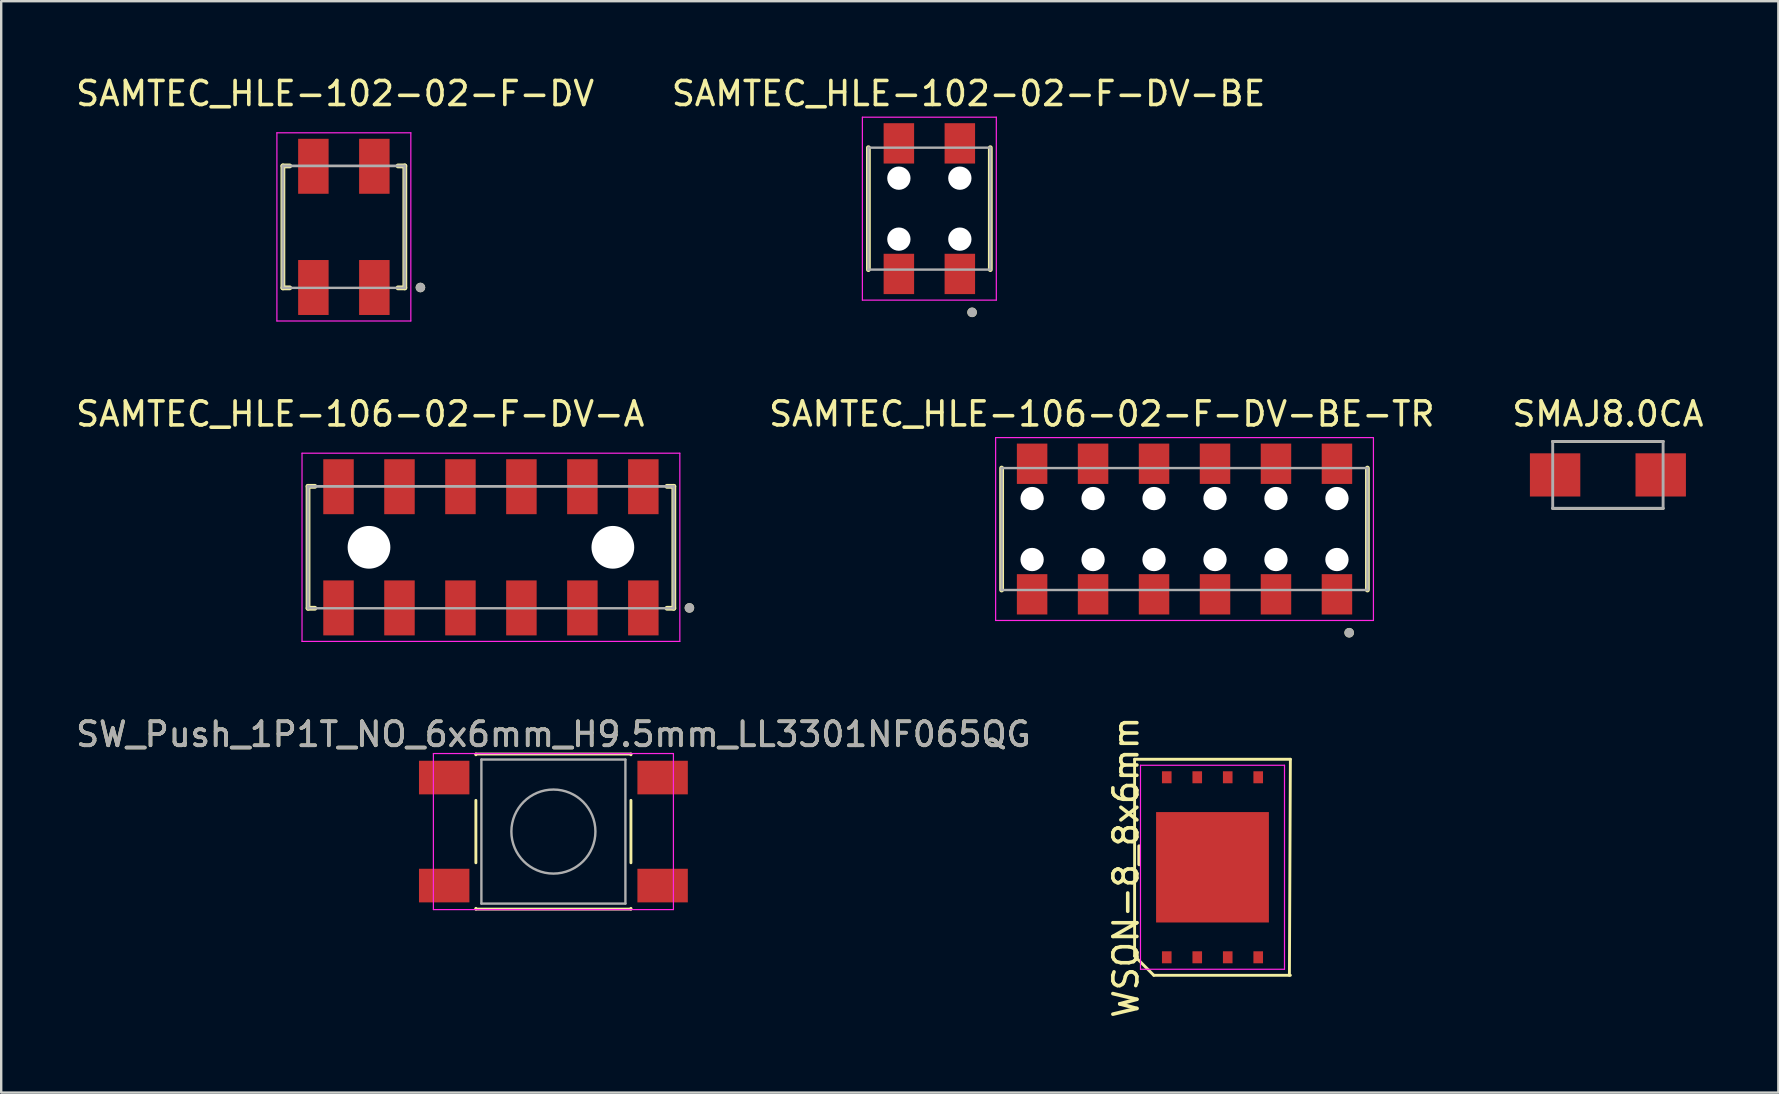
<source format=kicad_pcb>
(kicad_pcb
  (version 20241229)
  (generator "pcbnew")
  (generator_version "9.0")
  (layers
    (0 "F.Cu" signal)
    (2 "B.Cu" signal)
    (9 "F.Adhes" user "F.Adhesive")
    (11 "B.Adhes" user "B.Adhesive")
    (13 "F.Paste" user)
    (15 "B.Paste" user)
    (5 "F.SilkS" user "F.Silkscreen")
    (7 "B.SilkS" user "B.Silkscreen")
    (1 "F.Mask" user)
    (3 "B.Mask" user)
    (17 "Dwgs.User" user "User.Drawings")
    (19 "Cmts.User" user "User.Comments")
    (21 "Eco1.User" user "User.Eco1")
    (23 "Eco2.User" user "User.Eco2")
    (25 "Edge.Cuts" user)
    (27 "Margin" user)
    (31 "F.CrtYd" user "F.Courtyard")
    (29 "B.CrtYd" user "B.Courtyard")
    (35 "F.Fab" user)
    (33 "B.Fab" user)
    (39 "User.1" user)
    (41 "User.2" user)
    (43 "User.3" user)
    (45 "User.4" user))
  (footprint "SAMTEC_HLE-102-02-F-DV"
    (layer "F.Cu")
    (at 11.276 6.403)
    (property "Reference" "SAMTEC_HLE-102-02-F-DV" (at -0.365 -5.555 0) (layer "F.SilkS") (effects (font (size 1 1) (thickness 0.15))))
    (attr through_hole)
    (fp_line (start -2.54 -2.54) (end -2.255 -2.54) (stroke (width 0.2) (type solid)) (layer "F.SilkS"))
    (fp_line (start -2.54 2.54) (end -2.54 -2.54) (stroke (width 0.2) (type solid)) (layer "F.SilkS"))
    (fp_line (start -2.255 2.54) (end -2.54 2.54) (stroke (width 0.2) (type solid)) (layer "F.SilkS"))
    (fp_line (start 2.255 -2.54) (end 2.54 -2.54) (stroke (width 0.2) (type solid)) (layer "F.SilkS"))
    (fp_line (start 2.255 2.54) (end 2.54 2.54) (stroke (width 0.2) (type solid)) (layer "F.SilkS"))
    (fp_line (start 2.54 -2.54) (end 2.54 2.54) (stroke (width 0.2) (type solid)) (layer "F.SilkS"))
    (fp_circle (center 3.19 2.525) (end 3.29 2.525) (stroke (width 0.2) (type solid)) (fill no) (layer "F.SilkS"))
    (fp_line (start -2.79 -3.92) (end 2.79 -3.92) (stroke (width 0.05) (type solid)) (layer "F.CrtYd"))
    (fp_line (start -2.79 3.92) (end -2.79 -3.92) (stroke (width 0.05) (type solid)) (layer "F.CrtYd"))
    (fp_line (start 2.79 -3.92) (end 2.79 3.92) (stroke (width 0.05) (type solid)) (layer "F.CrtYd"))
    (fp_line (start 2.79 3.92) (end -2.79 3.92) (stroke (width 0.05) (type solid)) (layer "F.CrtYd"))
    (fp_line (start -2.54 -2.54) (end 2.54 -2.54) (stroke (width 0.1) (type solid)) (layer "F.Fab"))
    (fp_line (start -2.54 -2.54) (end 2.54 -2.54) (stroke (width 0.1) (type solid)) (layer "F.Fab"))
    (fp_line (start -2.54 2.54) (end -2.54 -2.54) (stroke (width 0.1) (type solid)) (layer "F.Fab"))
    (fp_line (start -2.54 2.54) (end -2.54 -2.54) (stroke (width 0.1) (type solid)) (layer "F.Fab"))
    (fp_line (start 2.54 -2.54) (end 2.54 2.54) (stroke (width 0.1) (type solid)) (layer "F.Fab"))
    (fp_line (start 2.54 -2.54) (end 2.54 2.54) (stroke (width 0.1) (type solid)) (layer "F.Fab"))
    (fp_line (start 2.54 2.54) (end -2.54 2.54) (stroke (width 0.1) (type solid)) (layer "F.Fab"))
    (fp_circle (center 3.19 2.525) (end 3.29 2.525) (stroke (width 0.2) (type solid)) (fill no) (layer "F.Fab"))
    (pad "01" smd rect (at 1.27 2.525) (size 1.27 2.29) (layers "F.Cu" "F.Mask" "F.Paste"))
    (pad "02" smd rect (at 1.27 -2.525) (size 1.27 2.29) (layers "F.Cu" "F.Mask" "F.Paste"))
    (pad "03" smd rect (at -1.27 2.525) (size 1.27 2.29) (layers "F.Cu" "F.Mask" "F.Paste"))
    (pad "04" smd rect (at -1.27 -2.525) (size 1.27 2.29) (layers "F.Cu" "F.Mask" "F.Paste")))
  (footprint "WSON-8_8x6mm"
    (layer "F.Cu")
    (at 47.465 33.083)
    (property "Reference" "WSON-8_8x6mm" (at -3.605 0 90) (layer "F.SilkS") (effects (font (size 1 1) (thickness 0.15))))
    (attr smd)
    (fp_poly (pts (xy 2.35 2.3) (xy -2.35 2.3) (xy -2.35 -2.3) (xy 2.35 -2.3)) (stroke (width 0) (type solid)) (fill yes) (layer "F.Cu"))
    (fp_poly (pts (xy 2.35 2.3) (xy -2.35 2.3) (xy -2.35 -2.3) (xy 2.35 -2.3)) (stroke (width 0) (type solid)) (fill yes) (layer "F.Mask"))
    (fp_line (start -3.245 -4.5) (end 3.245 -4.5) (stroke (width 0.12) (type solid)) (layer "F.SilkS"))
    (fp_line (start -3.245 3.7) (end -3.245 -4.5) (stroke (width 0.12) (type solid)) (layer "F.SilkS"))
    (fp_line (start -2.445 4.5) (end -3.245 3.7) (stroke (width 0.12) (type solid)) (layer "F.SilkS"))
    (fp_line (start 3.245 -4.5) (end 3.205 4.5) (stroke (width 0.12) (type solid)) (layer "F.SilkS"))
    (fp_line (start 3.245 4.5) (end -2.445 4.5) (stroke (width 0.12) (type solid)) (layer "F.SilkS"))
    (fp_poly (pts (xy 2.35 2.3) (xy -2.35 2.3) (xy -2.35 -2.3) (xy 2.35 -2.3)) (stroke (width 0) (type solid)) (fill yes) (layer "F.Paste"))
    (fp_line (start -3 -4.25) (end 3 -4.25) (stroke (width 0.05) (type solid)) (layer "F.CrtYd"))
    (fp_line (start -3 4.25) (end -3 -4.25) (stroke (width 0.05) (type solid)) (layer "F.CrtYd"))
    (fp_line (start 3 -4.25) (end 3 4.25) (stroke (width 0.05) (type solid)) (layer "F.CrtYd"))
    (fp_line (start 3 4.25) (end -3 4.25) (stroke (width 0.05) (type solid)) (layer "F.CrtYd"))
    (pad "1" smd rect (at -1.905 3.75) (size 0.4 0.5) (layers "F.Cu" "F.Mask" "F.Paste"))
    (pad "2" smd rect (at -0.635 3.75) (size 0.4 0.5) (layers "F.Cu" "F.Mask" "F.Paste"))
    (pad "3" smd rect (at 0.635 3.75) (size 0.4 0.5) (layers "F.Cu" "F.Mask" "F.Paste"))
    (pad "4" smd rect (at 1.905 3.75) (size 0.4 0.5) (layers "F.Cu" "F.Mask" "F.Paste"))
    (pad "5" smd rect (at 1.905 -3.75) (size 0.4 0.5) (layers "F.Cu" "F.Mask" "F.Paste"))
    (pad "6" smd rect (at 0.635 -3.75) (size 0.4 0.5) (layers "F.Cu" "F.Mask" "F.Paste"))
    (pad "7" smd rect (at -0.635 -3.75) (size 0.4 0.5) (layers "F.Cu" "F.Mask" "F.Paste"))
    (pad "8" smd rect (at -1.905 -3.75) (size 0.4 0.5) (layers "F.Cu" "F.Mask" "F.Paste")))
  (footprint "SAMTEC_HLE-106-02-F-DV-BE-TR"
    (layer "F.Cu")
    (at 46.3 18.991)
    (property "Reference" "SAMTEC_HLE-106-02-F-DV-BE-TR" (at -3.445 -4.795 0) (layer "F.SilkS") (effects (font (size 1 1) (thickness 0.15))))
    (attr through_hole)
    (fp_line (start -7.62 2.54) (end -7.62 -2.54) (stroke (width 0.2) (type solid)) (layer "F.SilkS"))
    (fp_line (start 7.62 2.54) (end 7.62 -2.54) (stroke (width 0.2) (type solid)) (layer "F.SilkS"))
    (fp_circle (center 6.86 4.32) (end 6.96 4.32) (stroke (width 0.2) (type solid)) (fill no) (layer "F.SilkS"))
    (fp_line (start -7.87 -3.81) (end 7.87 -3.81) (stroke (width 0.05) (type solid)) (layer "F.CrtYd"))
    (fp_line (start -7.87 3.81) (end -7.87 -3.81) (stroke (width 0.05) (type solid)) (layer "F.CrtYd"))
    (fp_line (start 7.87 -3.81) (end 7.87 3.81) (stroke (width 0.05) (type solid)) (layer "F.CrtYd"))
    (fp_line (start 7.87 3.81) (end -7.87 3.81) (stroke (width 0.05) (type solid)) (layer "F.CrtYd"))
    (fp_line (start -7.62 -2.54) (end 7.62 -2.54) (stroke (width 0.1) (type solid)) (layer "F.Fab"))
    (fp_line (start -7.62 2.54) (end -7.62 -2.54) (stroke (width 0.1) (type solid)) (layer "F.Fab"))
    (fp_line (start 7.62 -2.54) (end 7.62 2.54) (stroke (width 0.1) (type solid)) (layer "F.Fab"))
    (fp_line (start 7.62 2.54) (end -7.62 2.54) (stroke (width 0.1) (type solid)) (layer "F.Fab"))
    (fp_circle (center 6.86 4.32) (end 6.96 4.32) (stroke (width 0.2) (type solid)) (fill no) (layer "F.Fab"))
    (pad "" np_thru_hole circle (at -6.35 -1.27) (size 0.97 0.97) (drill 0.97) (layers "*.Cu" "*.Mask"))
    (pad "" np_thru_hole circle (at -6.35 1.27) (size 0.97 0.97) (drill 0.97) (layers "*.Cu" "*.Mask"))
    (pad "" np_thru_hole circle (at -3.81 -1.27) (size 0.97 0.97) (drill 0.97) (layers "*.Cu" "*.Mask"))
    (pad "" np_thru_hole circle (at -3.81 1.27) (size 0.97 0.97) (drill 0.97) (layers "*.Cu" "*.Mask"))
    (pad "" np_thru_hole circle (at -1.27 -1.27) (size 0.97 0.97) (drill 0.97) (layers "*.Cu" "*.Mask"))
    (pad "" np_thru_hole circle (at -1.27 1.27) (size 0.97 0.97) (drill 0.97) (layers "*.Cu" "*.Mask"))
    (pad "" np_thru_hole circle (at 1.27 -1.27) (size 0.97 0.97) (drill 0.97) (layers "*.Cu" "*.Mask"))
    (pad "" np_thru_hole circle (at 1.27 1.27) (size 0.97 0.97) (drill 0.97) (layers "*.Cu" "*.Mask"))
    (pad "" np_thru_hole circle (at 3.81 -1.27) (size 0.97 0.97) (drill 0.97) (layers "*.Cu" "*.Mask"))
    (pad "" np_thru_hole circle (at 3.81 1.27) (size 0.97 0.97) (drill 0.97) (layers "*.Cu" "*.Mask"))
    (pad "" np_thru_hole circle (at 6.35 -1.27) (size 0.97 0.97) (drill 0.97) (layers "*.Cu" "*.Mask"))
    (pad "" np_thru_hole circle (at 6.35 1.27) (size 0.97 0.97) (drill 0.97) (layers "*.Cu" "*.Mask"))
    (pad "01" smd rect (at 6.35 2.72) (size 1.27 1.68) (layers "F.Cu" "F.Mask" "F.Paste"))
    (pad "02" smd rect (at 6.35 -2.72) (size 1.27 1.68) (layers "F.Cu" "F.Mask" "F.Paste"))
    (pad "03" smd rect (at 3.81 2.72) (size 1.27 1.68) (layers "F.Cu" "F.Mask" "F.Paste"))
    (pad "04" smd rect (at 3.81 -2.72) (size 1.27 1.68) (layers "F.Cu" "F.Mask" "F.Paste"))
    (pad "05" smd rect (at 1.27 2.72) (size 1.27 1.68) (layers "F.Cu" "F.Mask" "F.Paste"))
    (pad "06" smd rect (at 1.27 -2.72) (size 1.27 1.68) (layers "F.Cu" "F.Mask" "F.Paste"))
    (pad "07" smd rect (at -1.27 2.72) (size 1.27 1.68) (layers "F.Cu" "F.Mask" "F.Paste"))
    (pad "08" smd rect (at -1.27 -2.72) (size 1.27 1.68) (layers "F.Cu" "F.Mask" "F.Paste"))
    (pad "09" smd rect (at -3.81 2.72) (size 1.27 1.68) (layers "F.Cu" "F.Mask" "F.Paste"))
    (pad "10" smd rect (at -3.81 -2.72) (size 1.27 1.68) (layers "F.Cu" "F.Mask" "F.Paste"))
    (pad "11" smd rect (at -6.35 2.72) (size 1.27 1.68) (layers "F.Cu" "F.Mask" "F.Paste"))
    (pad "12" smd rect (at -6.35 -2.72) (size 1.27 1.68) (layers "F.Cu" "F.Mask" "F.Paste")))
  (footprint "SAMTEC_HLE-106-02-F-DV-A"
    (layer "F.Cu")
    (at 17.403 19.752)
    (property "Reference" "SAMTEC_HLE-106-02-F-DV-A" (at -5.445 -5.555 0) (layer "F.SilkS") (effects (font (size 1 1) (thickness 0.15))))
    (attr through_hole)
    (fp_line (start -7.62 -2.54) (end -7.335 -2.54) (stroke (width 0.2) (type solid)) (layer "F.SilkS"))
    (fp_line (start -7.62 2.54) (end -7.62 -2.54) (stroke (width 0.2) (type solid)) (layer "F.SilkS"))
    (fp_line (start -7.335 2.54) (end -7.62 2.54) (stroke (width 0.2) (type solid)) (layer "F.SilkS"))
    (fp_line (start 7.335 -2.54) (end 7.62 -2.54) (stroke (width 0.2) (type solid)) (layer "F.SilkS"))
    (fp_line (start 7.335 2.54) (end 7.62 2.54) (stroke (width 0.2) (type solid)) (layer "F.SilkS"))
    (fp_line (start 7.62 -2.54) (end 7.62 2.54) (stroke (width 0.2) (type solid)) (layer "F.SilkS"))
    (fp_circle (center 8.27 2.525) (end 8.37 2.525) (stroke (width 0.2) (type solid)) (fill no) (layer "F.SilkS"))
    (fp_line (start -7.87 -3.92) (end 7.87 -3.92) (stroke (width 0.05) (type solid)) (layer "F.CrtYd"))
    (fp_line (start -7.87 3.92) (end -7.87 -3.92) (stroke (width 0.05) (type solid)) (layer "F.CrtYd"))
    (fp_line (start 7.87 -3.92) (end 7.87 3.92) (stroke (width 0.05) (type solid)) (layer "F.CrtYd"))
    (fp_line (start 7.87 3.92) (end -7.87 3.92) (stroke (width 0.05) (type solid)) (layer "F.CrtYd"))
    (fp_line (start -7.62 -2.54) (end 7.62 -2.54) (stroke (width 0.1) (type solid)) (layer "F.Fab"))
    (fp_line (start -7.62 -2.54) (end 7.62 -2.54) (stroke (width 0.1) (type solid)) (layer "F.Fab"))
    (fp_line (start -7.62 2.54) (end -7.62 -2.54) (stroke (width 0.1) (type solid)) (layer "F.Fab"))
    (fp_line (start -7.62 2.54) (end -7.62 -2.54) (stroke (width 0.1) (type solid)) (layer "F.Fab"))
    (fp_line (start 7.62 -2.54) (end 7.62 2.54) (stroke (width 0.1) (type solid)) (layer "F.Fab"))
    (fp_line (start 7.62 -2.54) (end 7.62 2.54) (stroke (width 0.1) (type solid)) (layer "F.Fab"))
    (fp_line (start 7.62 2.54) (end -7.62 2.54) (stroke (width 0.1) (type solid)) (layer "F.Fab"))
    (fp_circle (center 8.27 2.525) (end 8.37 2.525) (stroke (width 0.2) (type solid)) (fill no) (layer "F.Fab"))
    (pad "" np_thru_hole circle (at -5.08 0) (size 1.78 1.78) (drill 1.78) (layers "*.Cu" "*.Mask"))
    (pad "" np_thru_hole circle (at 5.08 0) (size 1.78 1.78) (drill 1.78) (layers "*.Cu" "*.Mask"))
    (pad "01" smd rect (at 6.35 2.525) (size 1.27 2.29) (layers "F.Cu" "F.Mask" "F.Paste"))
    (pad "02" smd rect (at 6.35 -2.525) (size 1.27 2.29) (layers "F.Cu" "F.Mask" "F.Paste"))
    (pad "03" smd rect (at 3.81 2.525) (size 1.27 2.29) (layers "F.Cu" "F.Mask" "F.Paste"))
    (pad "04" smd rect (at 3.81 -2.525) (size 1.27 2.29) (layers "F.Cu" "F.Mask" "F.Paste"))
    (pad "05" smd rect (at 1.27 2.525) (size 1.27 2.29) (layers "F.Cu" "F.Mask" "F.Paste"))
    (pad "06" smd rect (at 1.27 -2.525) (size 1.27 2.29) (layers "F.Cu" "F.Mask" "F.Paste"))
    (pad "07" smd rect (at -1.27 2.525) (size 1.27 2.29) (layers "F.Cu" "F.Mask" "F.Paste"))
    (pad "08" smd rect (at -1.27 -2.525) (size 1.27 2.29) (layers "F.Cu" "F.Mask" "F.Paste"))
    (pad "09" smd rect (at -3.81 2.525) (size 1.27 2.29) (layers "F.Cu" "F.Mask" "F.Paste"))
    (pad "10" smd rect (at -3.81 -2.525) (size 1.27 2.29) (layers "F.Cu" "F.Mask" "F.Paste"))
    (pad "11" smd rect (at -6.35 2.525) (size 1.27 2.29) (layers "F.Cu" "F.Mask" "F.Paste"))
    (pad "12" smd rect (at -6.35 -2.525) (size 1.27 2.29) (layers "F.Cu" "F.Mask" "F.Paste")))
  (footprint "SAMTEC_HLE-102-02-F-DV-BE"
    (layer "F.Cu")
    (at 35.669 5.643)
    (property "Reference" "SAMTEC_HLE-102-02-F-DV-BE" (at 1.635 -4.795 0) (layer "F.SilkS") (effects (font (size 1 1) (thickness 0.15))))
    (attr through_hole)
    (fp_line (start -2.54 2.54) (end -2.54 -2.54) (stroke (width 0.2) (type solid)) (layer "F.SilkS"))
    (fp_line (start 2.54 2.54) (end 2.54 -2.54) (stroke (width 0.2) (type solid)) (layer "F.SilkS"))
    (fp_circle (center 1.78 4.32) (end 1.88 4.32) (stroke (width 0.2) (type solid)) (fill no) (layer "F.SilkS"))
    (fp_line (start -2.79 -3.81) (end 2.79 -3.81) (stroke (width 0.05) (type solid)) (layer "F.CrtYd"))
    (fp_line (start -2.79 3.81) (end -2.79 -3.81) (stroke (width 0.05) (type solid)) (layer "F.CrtYd"))
    (fp_line (start 2.79 -3.81) (end 2.79 3.81) (stroke (width 0.05) (type solid)) (layer "F.CrtYd"))
    (fp_line (start 2.79 3.81) (end -2.79 3.81) (stroke (width 0.05) (type solid)) (layer "F.CrtYd"))
    (fp_line (start -2.54 -2.54) (end 2.54 -2.54) (stroke (width 0.1) (type solid)) (layer "F.Fab"))
    (fp_line (start -2.54 2.54) (end -2.54 -2.54) (stroke (width 0.1) (type solid)) (layer "F.Fab"))
    (fp_line (start 2.54 -2.54) (end 2.54 2.54) (stroke (width 0.1) (type solid)) (layer "F.Fab"))
    (fp_line (start 2.54 2.54) (end -2.54 2.54) (stroke (width 0.1) (type solid)) (layer "F.Fab"))
    (fp_circle (center 1.78 4.32) (end 1.88 4.32) (stroke (width 0.2) (type solid)) (fill no) (layer "F.Fab"))
    (pad "" np_thru_hole circle (at -1.27 -1.27) (size 0.97 0.97) (drill 0.97) (layers "*.Cu" "*.Mask"))
    (pad "" np_thru_hole circle (at -1.27 1.27) (size 0.97 0.97) (drill 0.97) (layers "*.Cu" "*.Mask"))
    (pad "" np_thru_hole circle (at 1.27 -1.27) (size 0.97 0.97) (drill 0.97) (layers "*.Cu" "*.Mask"))
    (pad "" np_thru_hole circle (at 1.27 1.27) (size 0.97 0.97) (drill 0.97) (layers "*.Cu" "*.Mask"))
    (pad "01" smd rect (at 1.27 2.72) (size 1.27 1.68) (layers "F.Cu" "F.Mask" "F.Paste"))
    (pad "02" smd rect (at 1.27 -2.72) (size 1.27 1.68) (layers "F.Cu" "F.Mask" "F.Paste"))
    (pad "03" smd rect (at -1.27 2.72) (size 1.27 1.68) (layers "F.Cu" "F.Mask" "F.Paste"))
    (pad "04" smd rect (at -1.27 -2.72) (size 1.27 1.68) (layers "F.Cu" "F.Mask" "F.Paste")))
  (footprint "SMAJ8.0CA"
    (layer "F.Cu")
    (at 63.939 16.736)
    (property "Reference" "SMAJ8.0CA" (at 0 -2.54 0) (layer "F.SilkS") (effects (font (size 1 1) (thickness 0.15))))
    (attr through_hole)
    (fp_line (start -2.3 -1.395) (end 2.3 -1.395) (stroke (width 0.12) (type solid)) (layer "F.SilkS"))
    (fp_line (start -2.3 1.395) (end 2.3 1.395) (stroke (width 0.12) (type solid)) (layer "F.SilkS"))
    (fp_line (start -2.3 -1.395) (end 2.3 -1.395) (stroke (width 0.12) (type solid)) (layer "F.Fab"))
    (fp_line (start -2.3 1.395) (end -2.3 -1.395) (stroke (width 0.12) (type solid)) (layer "F.Fab"))
    (fp_line (start -2.3 1.395) (end 2.3 1.395) (stroke (width 0.12) (type solid)) (layer "F.Fab"))
    (fp_line (start 2.3 1.395) (end 2.3 -1.395) (stroke (width 0.12) (type solid)) (layer "F.Fab"))
    (pad "1" smd rect (at 2.2 0) (size 2.1 1.8) (layers "F.Cu" "F.Mask" "F.Paste"))
    (pad "2" smd rect (at -2.2 0) (size 2.1 1.8) (layers "F.Cu" "F.Mask" "F.Paste")))
  (footprint "SW_Push_1P1T_NO_6x6mm_H9.5mm_LL3301NF065QG"
    (layer "F.Cu")
    (at 20.006 31.595)
    (property "Reference" "SW_Push_1P1T_NO_6x6mm_H9.5mm_LL3301NF065QG" (at 0 -4.05 0) (layer "F.SilkS") (effects (font (size 1 1) (thickness 0.15))))
    (attr smd)
    (fp_line (start -3.23 -3.23) (end 3.23 -3.23) (stroke (width 0.12) (type solid)) (layer "F.SilkS"))
    (fp_line (start -3.23 -3.2) (end -3.23 -3.23) (stroke (width 0.12) (type solid)) (layer "F.SilkS"))
    (fp_line (start -3.23 -1.3) (end -3.23 1.3) (stroke (width 0.12) (type solid)) (layer "F.SilkS"))
    (fp_line (start -3.23 3.23) (end -3.23 3.2) (stroke (width 0.12) (type solid)) (layer "F.SilkS"))
    (fp_line (start -3.23 3.23) (end 3.23 3.23) (stroke (width 0.12) (type solid)) (layer "F.SilkS"))
    (fp_line (start 3.23 -3.23) (end 3.23 -3.2) (stroke (width 0.12) (type solid)) (layer "F.SilkS"))
    (fp_line (start 3.23 -1.3) (end 3.23 1.3) (stroke (width 0.12) (type solid)) (layer "F.SilkS"))
    (fp_line (start 3.23 3.23) (end 3.23 3.2) (stroke (width 0.12) (type solid)) (layer "F.SilkS"))
    (fp_line (start -5 -3.25) (end -5 3.25) (stroke (width 0.05) (type solid)) (layer "F.CrtYd"))
    (fp_line (start -5 -3.25) (end 5 -3.25) (stroke (width 0.05) (type solid)) (layer "F.CrtYd"))
    (fp_line (start -5 3.25) (end 5 3.25) (stroke (width 0.05) (type solid)) (layer "F.CrtYd"))
    (fp_line (start 5 3.25) (end 5 -3.25) (stroke (width 0.05) (type solid)) (layer "F.CrtYd"))
    (fp_line (start -3 -3) (end -3 3) (stroke (width 0.1) (type solid)) (layer "F.Fab"))
    (fp_line (start -3 3) (end 3 3) (stroke (width 0.1) (type solid)) (layer "F.Fab"))
    (fp_line (start 3 -3) (end -3 -3) (stroke (width 0.1) (type solid)) (layer "F.Fab"))
    (fp_line (start 3 3) (end 3 -3) (stroke (width 0.1) (type solid)) (layer "F.Fab"))
    (fp_circle (center 0 0) (end 1.75 -0.05) (stroke (width 0.1) (type solid)) (fill no) (layer "F.Fab"))
    (fp_text user "${REFERENCE}" (at 0 -4.05 0) (layer "F.Fab") (effects (font (size 1 1) (thickness 0.15))))
    (pad "1" smd rect (at -4.55 -2.25) (size 2.1 1.4) (layers "F.Cu" "F.Mask" "F.Paste"))
    (pad "1" smd rect (at 4.55 -2.25) (size 2.1 1.4) (layers "F.Cu" "F.Mask" "F.Paste"))
    (pad "2" smd rect (at -4.55 2.25) (size 2.1 1.4) (layers "F.Cu" "F.Mask" "F.Paste"))
    (pad "2" smd rect (at 4.55 2.25) (size 2.1 1.4) (layers "F.Cu" "F.Mask" "F.Paste")))
  (gr_rect
    (start -3 -3)
    (end 71.04 42.47)
    (stroke (width 0.1) (type default))
    (fill no)
    (layer "Edge.Cuts")))
</source>
